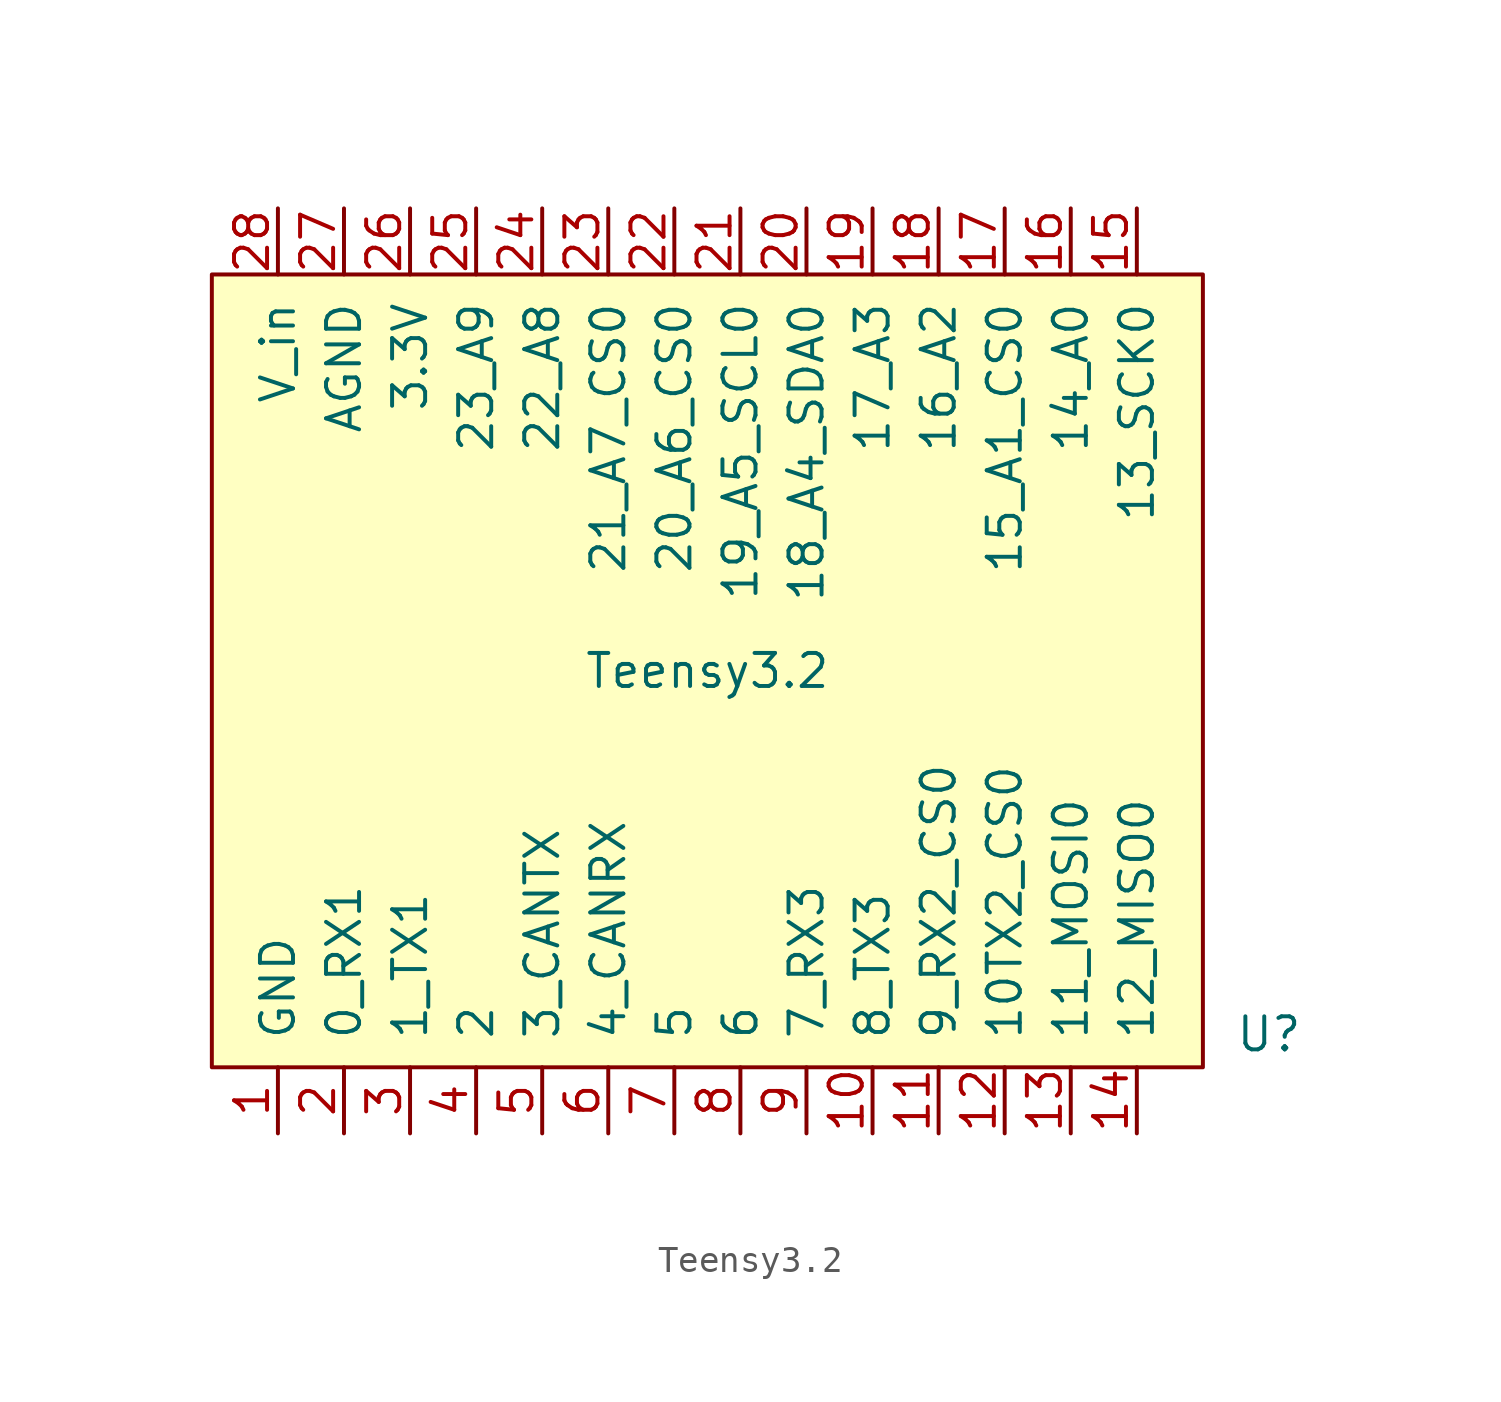
<source format=kicad_sym>
(kicad_symbol_lib
  (version 20211014)
  (generator kicad_symbol_editor)
  (symbol "Teensy3.2"
    (pin_names
      (offset 1.016))
    (property "Reference" "U"
      (at 21.59 -13.97 0)
      (effects (font (size 1.27 1.27))))
    (property "Value" "Teensy3.2"
      (at 0 0 0)
      (effects (font (size 1.27 1.27))))
    (symbol "Teensy3.2_1_1"
      (rectangle (start -19.05 15.24) (end 19.05 -15.24) (stroke (width 0) (type default) (color 0 0 0 0)) (fill (type background)))
      (pin passive line (at -16.51 -17.78 90) (length 2.54) (name "GND" (effects (font (size 1.27 1.27)))) (number "1" (effects (font (size 1.27 1.27)))))
      (pin bidirectional line (at 6.35 -17.78 90) (length 2.54) (name "8_TX3" (effects (font (size 1.27 1.27)))) (number "10" (effects (font (size 1.27 1.27)))))
      (pin bidirectional line (at 8.89 -17.78 90) (length 2.54) (name "9_RX2_CS0" (effects (font (size 1.27 1.27)))) (number "11" (effects (font (size 1.27 1.27)))))
      (pin bidirectional line (at 11.43 -17.78 90) (length 2.54) (name "10TX2_CS0" (effects (font (size 1.27 1.27)))) (number "12" (effects (font (size 1.27 1.27)))))
      (pin bidirectional line (at 13.97 -17.78 90) (length 2.54) (name "11_MOSI0" (effects (font (size 1.27 1.27)))) (number "13" (effects (font (size 1.27 1.27)))))
      (pin bidirectional line (at 16.51 -17.78 90) (length 2.54) (name "12_MISO0" (effects (font (size 1.27 1.27)))) (number "14" (effects (font (size 1.27 1.27)))))
      (pin bidirectional line (at 16.51 17.78 270) (length 2.54) (name "13_SCK0" (effects (font (size 1.27 1.27)))) (number "15" (effects (font (size 1.27 1.27)))))
      (pin bidirectional line (at 13.97 17.78 270) (length 2.54) (name "14_A0" (effects (font (size 1.27 1.27)))) (number "16" (effects (font (size 1.27 1.27)))))
      (pin bidirectional line (at 11.43 17.78 270) (length 2.54) (name "15_A1_CS0" (effects (font (size 1.27 1.27)))) (number "17" (effects (font (size 1.27 1.27)))))
      (pin bidirectional line (at 8.89 17.78 270) (length 2.54) (name "16_A2" (effects (font (size 1.27 1.27)))) (number "18" (effects (font (size 1.27 1.27)))))
      (pin bidirectional line (at 6.35 17.78 270) (length 2.54) (name "17_A3" (effects (font (size 1.27 1.27)))) (number "19" (effects (font (size 1.27 1.27)))))
      (pin bidirectional line (at -13.97 -17.78 90) (length 2.54) (name "0_RX1" (effects (font (size 1.27 1.27)))) (number "2" (effects (font (size 1.27 1.27)))))
      (pin bidirectional line (at 3.81 17.78 270) (length 2.54) (name "18_A4_SDA0" (effects (font (size 1.27 1.27)))) (number "20" (effects (font (size 1.27 1.27)))))
      (pin bidirectional line (at 1.27 17.78 270) (length 2.54) (name "19_A5_SCL0" (effects (font (size 1.27 1.27)))) (number "21" (effects (font (size 1.27 1.27)))))
      (pin bidirectional line (at -1.27 17.78 270) (length 2.54) (name "20_A6_CS0" (effects (font (size 1.27 1.27)))) (number "22" (effects (font (size 1.27 1.27)))))
      (pin bidirectional line (at -3.81 17.78 270) (length 2.54) (name "21_A7_CS0" (effects (font (size 1.27 1.27)))) (number "23" (effects (font (size 1.27 1.27)))))
      (pin bidirectional line (at -6.35 17.78 270) (length 2.54) (name "22_A8" (effects (font (size 1.27 1.27)))) (number "24" (effects (font (size 1.27 1.27)))))
      (pin bidirectional line (at -8.89 17.78 270) (length 2.54) (name "23_A9" (effects (font (size 1.27 1.27)))) (number "25" (effects (font (size 1.27 1.27)))))
      (pin power_out line (at -11.43 17.78 270) (length 2.54) (name "3.3V" (effects (font (size 1.27 1.27)))) (number "26" (effects (font (size 1.27 1.27)))))
      (pin passive line (at -13.97 17.78 270) (length 2.54) (name "AGND" (effects (font (size 1.27 1.27)))) (number "27" (effects (font (size 1.27 1.27)))))
      (pin power_in line (at -16.51 17.78 270) (length 2.54) (name "V_in" (effects (font (size 1.27 1.27)))) (number "28" (effects (font (size 1.27 1.27)))))
      (pin bidirectional line (at -11.43 -17.78 90) (length 2.54) (name "1_TX1" (effects (font (size 1.27 1.27)))) (number "3" (effects (font (size 1.27 1.27)))))
      (pin bidirectional line (at -8.89 -17.78 90) (length 2.54) (name "2" (effects (font (size 1.27 1.27)))) (number "4" (effects (font (size 1.27 1.27)))))
      (pin bidirectional line (at -6.35 -17.78 90) (length 2.54) (name "3_CANTX" (effects (font (size 1.27 1.27)))) (number "5" (effects (font (size 1.27 1.27)))))
      (pin bidirectional line (at -3.81 -17.78 90) (length 2.54) (name "4_CANRX" (effects (font (size 1.27 1.27)))) (number "6" (effects (font (size 1.27 1.27)))))
      (pin bidirectional line (at -1.27 -17.78 90) (length 2.54) (name "5" (effects (font (size 1.27 1.27)))) (number "7" (effects (font (size 1.27 1.27)))))
      (pin bidirectional line (at 1.27 -17.78 90) (length 2.54) (name "6" (effects (font (size 1.27 1.27)))) (number "8" (effects (font (size 1.27 1.27)))))
      (pin bidirectional line (at 3.81 -17.78 90) (length 2.54) (name "7_RX3" (effects (font (size 1.27 1.27)))) (number "9" (effects (font (size 1.27 1.27))))))))
</source>
